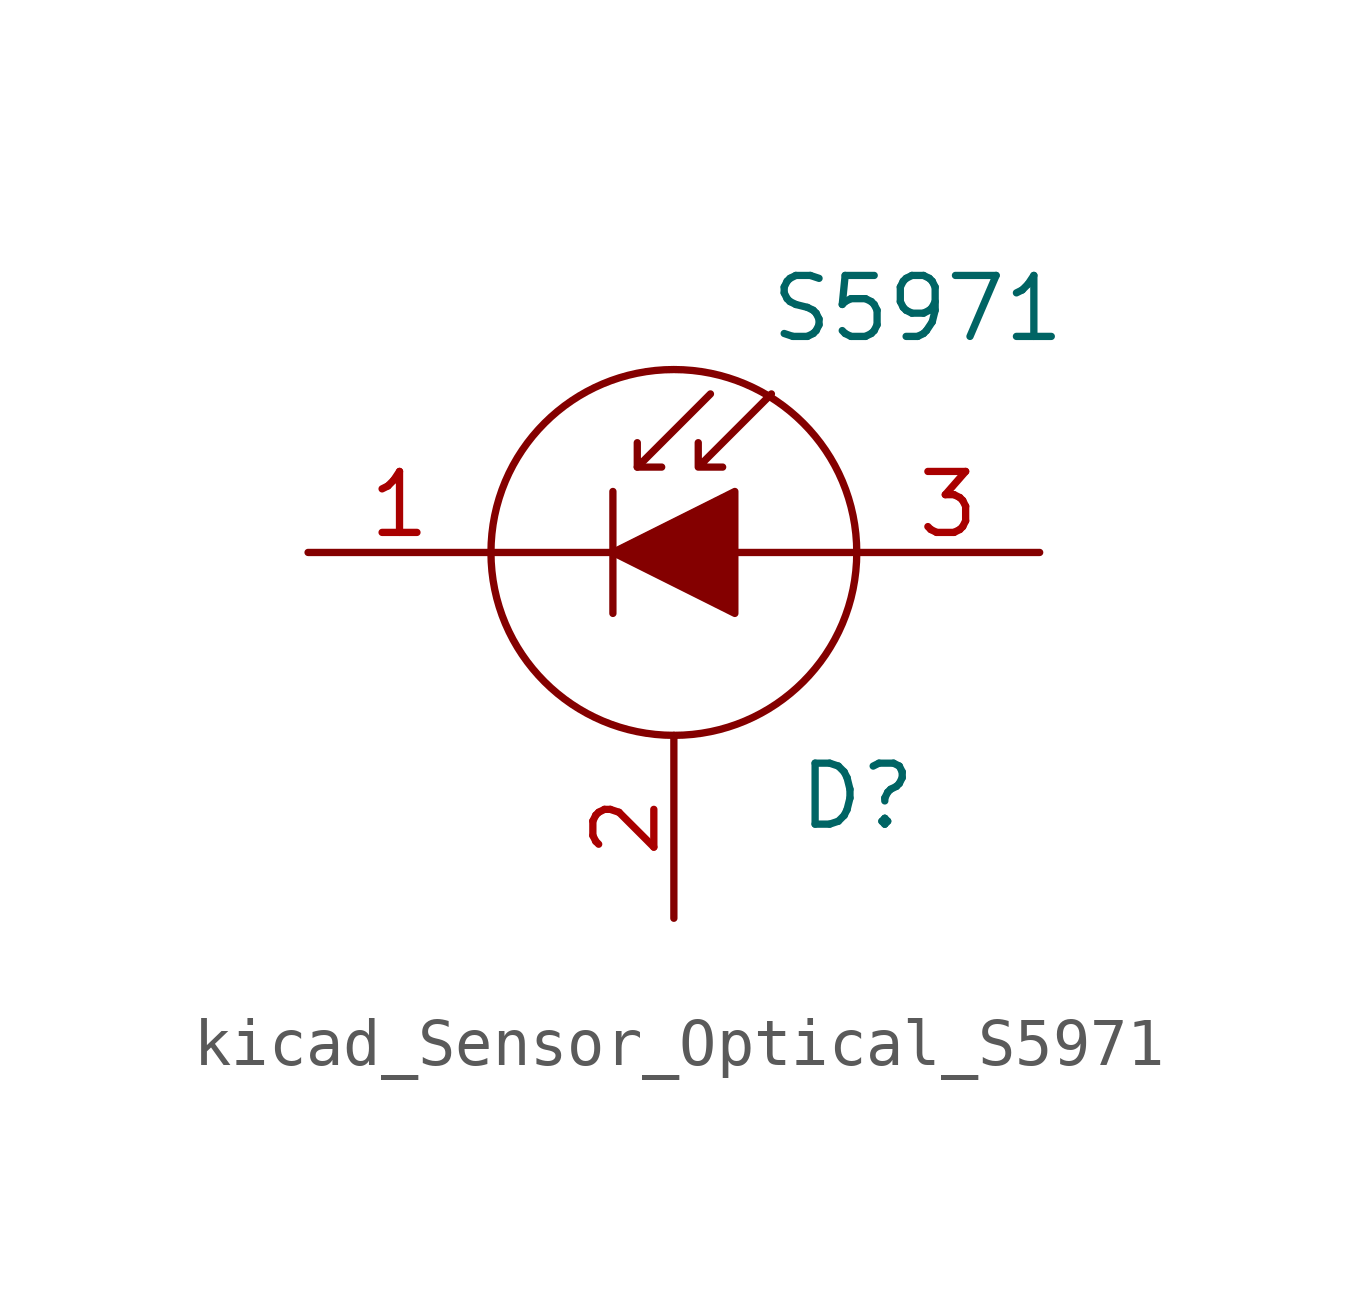
<source format=kicad_sym>
(kicad_symbol_lib
  (version 20220914)
  (generator kicad_symbol_editor)
  (symbol "kicad_Sensor_Optical_S5971"
    (pin_names
      (offset 0.254) hide)
    (property "Reference" "D"
      (at 2.54 -5.08 0)
      (effects (font (size 1.27 1.27)) (justify left)))
    (property "Value" "S5971"
      (at 5.08 5.08 0)
      (effects (font (size 1.27 1.27))))
    (symbol "kicad_Sensor_Optical_S5971_0_0"
      (pin passive line (at 0 -7.62 90) (length 3.81) (name "C" (effects (font (size 1.27 1.27)))) (number "2" (effects (font (size 1.27 1.27))))))
    (symbol "kicad_Sensor_Optical_S5971_0_1"
      (polyline (pts (xy -1.27 0) (xy -3.81 0)) (stroke (width 0) (type default)) (fill (type none)))
      (polyline (pts (xy -1.27 1.27) (xy -1.27 -1.27)) (stroke (width 0.152) (type default)) (fill (type none)))
      (polyline (pts (xy -0.762 1.778) (xy -0.254 1.778)) (stroke (width 0) (type default)) (fill (type none)))
      (polyline (pts (xy 3.81 0) (xy 1.27 0)) (stroke (width 0) (type default)) (fill (type none)))
      (polyline (pts (xy 0.762 3.302) (xy -0.762 1.778) (xy -0.762 2.286)) (stroke (width 0) (type default)) (fill (type none)))
      (polyline (pts (xy -1.27 0) (xy 1.27 1.27) (xy 1.27 -1.27) (xy -1.27 0)) (stroke (width 0) (type default)) (fill (type outline)))
      (polyline (pts (xy 2.032 3.302) (xy 0.508 1.778) (xy 0.508 2.286) (xy 0.508 1.778) (xy 1.016 1.778)) (stroke (width 0) (type default)) (fill (type none)))
      (circle (center 0 0) (radius 3.81) (stroke (width 0) (type default)) (fill (type none))))
    (symbol "kicad_Sensor_Optical_S5971_1_1"
      (pin passive line (at -7.62 0 0) (length 3.81) (name "K" (effects (font (size 1.27 1.27)))) (number "1" (effects (font (size 1.27 1.27)))))
      (pin passive line (at 7.62 0 180) (length 3.81) (name "A" (effects (font (size 1.27 1.27)))) (number "3" (effects (font (size 1.27 1.27))))))))
</source>
